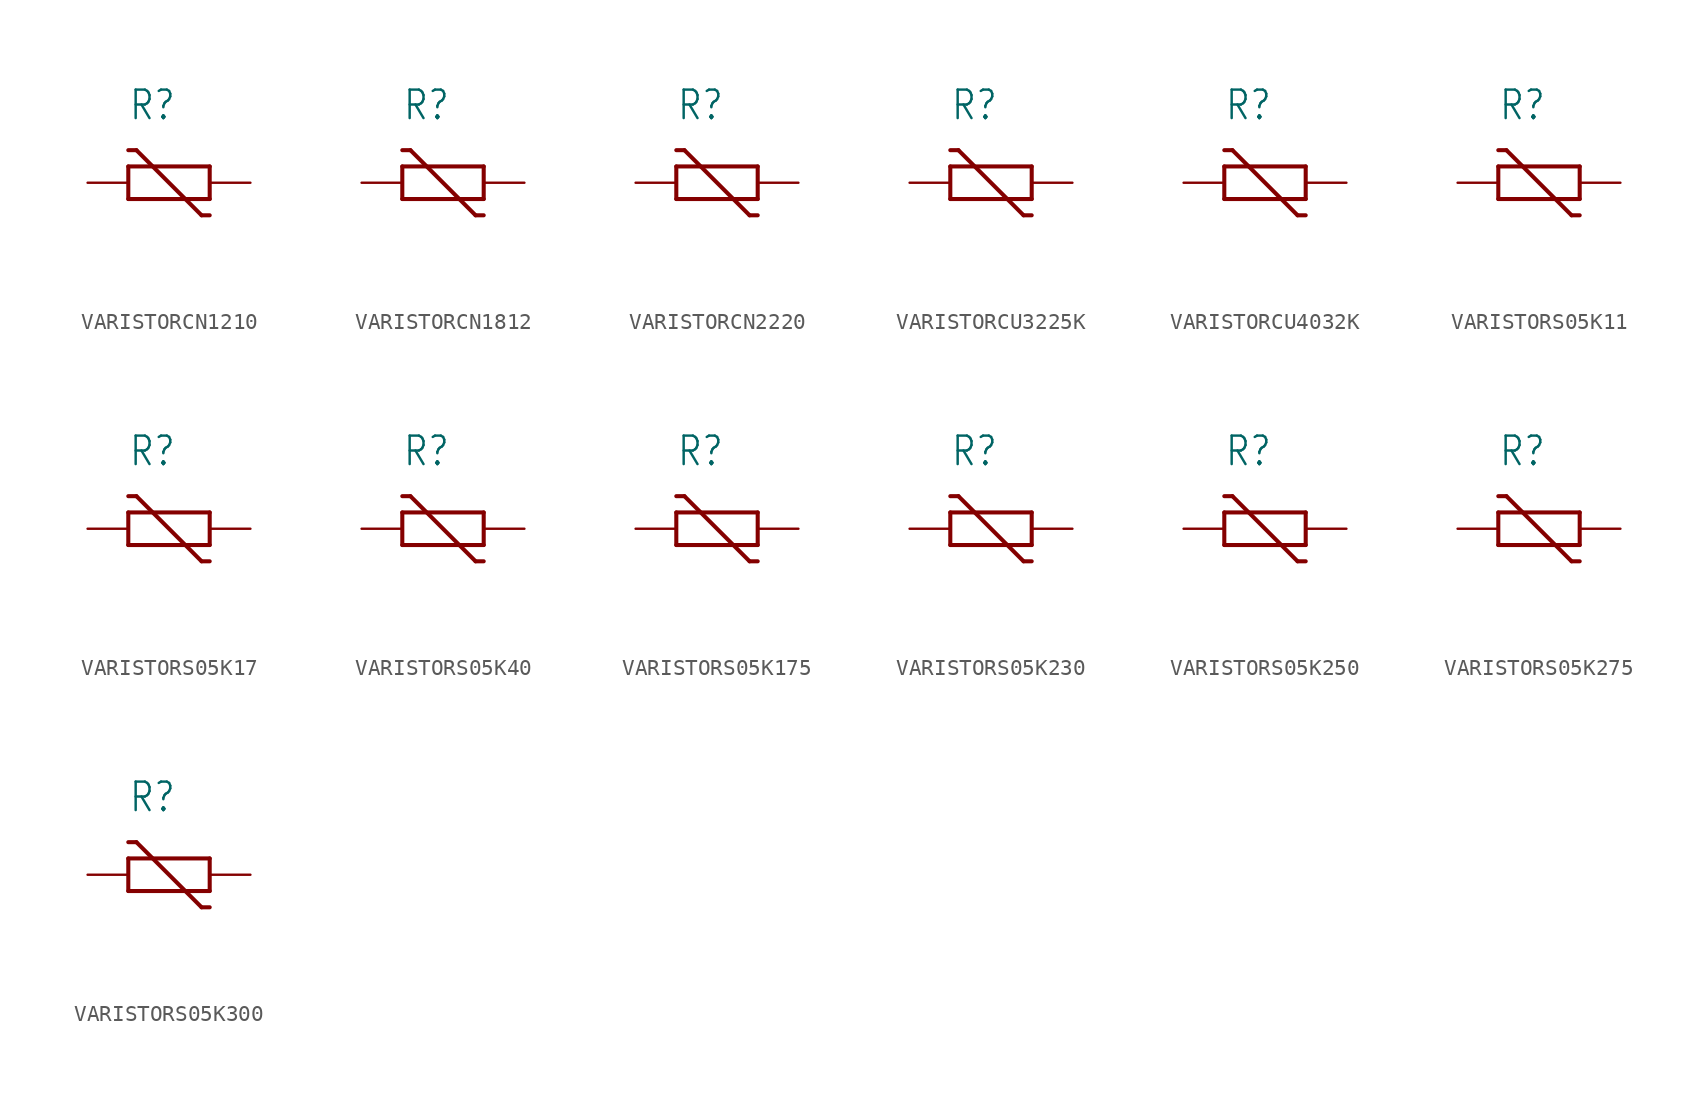
<source format=kicad_sym>
(kicad_symbol_lib
  (version 20241209)
  (generator "kicad_symbol_editor")
  (generator_version "9.0")
  (symbol "VARISTORCN1210"
    (property "Reference" "R"
      (at -2.54 3.81 0)
      (effects (font (size 1.778 1.511)) (justify left bottom)))
    (property "Value" ""
      (at -2.54 -6.35 0)
      (effects (font (size 1.778 1.511)) (justify left bottom)))
    (property "ki_locked" ""
      (at 0 0 0)
      (effects (font (size 1.27 1.27))))
    (symbol "VARISTORCN1210_1_0"
      (polyline (pts (xy -2.54 1.016) (xy 2.54 1.016)) (stroke (width 0.254) (type solid)) (fill (type none)))
      (polyline (pts (xy -2.54 -1.016) (xy -2.54 1.016)) (stroke (width 0.254) (type solid)) (fill (type none)))
      (polyline (pts (xy -2.032 2.032) (xy -2.54 2.032)) (stroke (width 0.254) (type solid)) (fill (type none)))
      (polyline (pts (xy 2.032 -2.032) (xy -2.032 2.032)) (stroke (width 0.254) (type solid)) (fill (type none)))
      (polyline (pts (xy 2.54 1.016) (xy 2.54 -1.016)) (stroke (width 0.254) (type solid)) (fill (type none)))
      (polyline (pts (xy 2.54 -1.016) (xy -2.54 -1.016)) (stroke (width 0.254) (type solid)) (fill (type none)))
      (polyline (pts (xy 2.54 -2.032) (xy 2.032 -2.032)) (stroke (width 0.254) (type solid)) (fill (type none)))
      (pin passive line (at -5.08 0 0) (length 2.54) (name "2" (effects (font (size 0 0)))) (number "2" (effects (font (size 0 0)))))
      (pin passive line (at 5.08 0 180) (length 2.54) (name "1" (effects (font (size 0 0)))) (number "1" (effects (font (size 0 0)))))))
  (symbol "VARISTORCN1812"
    (property "Reference" "R"
      (at -2.54 3.81 0)
      (effects (font (size 1.778 1.511)) (justify left bottom)))
    (property "Value" ""
      (at -2.54 -6.35 0)
      (effects (font (size 1.778 1.511)) (justify left bottom)))
    (property "ki_locked" ""
      (at 0 0 0)
      (effects (font (size 1.27 1.27))))
    (symbol "VARISTORCN1812_1_0"
      (polyline (pts (xy -2.54 1.016) (xy 2.54 1.016)) (stroke (width 0.254) (type solid)) (fill (type none)))
      (polyline (pts (xy -2.54 -1.016) (xy -2.54 1.016)) (stroke (width 0.254) (type solid)) (fill (type none)))
      (polyline (pts (xy -2.032 2.032) (xy -2.54 2.032)) (stroke (width 0.254) (type solid)) (fill (type none)))
      (polyline (pts (xy 2.032 -2.032) (xy -2.032 2.032)) (stroke (width 0.254) (type solid)) (fill (type none)))
      (polyline (pts (xy 2.54 1.016) (xy 2.54 -1.016)) (stroke (width 0.254) (type solid)) (fill (type none)))
      (polyline (pts (xy 2.54 -1.016) (xy -2.54 -1.016)) (stroke (width 0.254) (type solid)) (fill (type none)))
      (polyline (pts (xy 2.54 -2.032) (xy 2.032 -2.032)) (stroke (width 0.254) (type solid)) (fill (type none)))
      (pin passive line (at -5.08 0 0) (length 2.54) (name "2" (effects (font (size 0 0)))) (number "2" (effects (font (size 0 0)))))
      (pin passive line (at 5.08 0 180) (length 2.54) (name "1" (effects (font (size 0 0)))) (number "1" (effects (font (size 0 0)))))))
  (symbol "VARISTORCN2220"
    (property "Reference" "R"
      (at -2.54 3.81 0)
      (effects (font (size 1.778 1.511)) (justify left bottom)))
    (property "Value" ""
      (at -2.54 -6.35 0)
      (effects (font (size 1.778 1.511)) (justify left bottom)))
    (property "ki_locked" ""
      (at 0 0 0)
      (effects (font (size 1.27 1.27))))
    (symbol "VARISTORCN2220_1_0"
      (polyline (pts (xy -2.54 1.016) (xy 2.54 1.016)) (stroke (width 0.254) (type solid)) (fill (type none)))
      (polyline (pts (xy -2.54 -1.016) (xy -2.54 1.016)) (stroke (width 0.254) (type solid)) (fill (type none)))
      (polyline (pts (xy -2.032 2.032) (xy -2.54 2.032)) (stroke (width 0.254) (type solid)) (fill (type none)))
      (polyline (pts (xy 2.032 -2.032) (xy -2.032 2.032)) (stroke (width 0.254) (type solid)) (fill (type none)))
      (polyline (pts (xy 2.54 1.016) (xy 2.54 -1.016)) (stroke (width 0.254) (type solid)) (fill (type none)))
      (polyline (pts (xy 2.54 -1.016) (xy -2.54 -1.016)) (stroke (width 0.254) (type solid)) (fill (type none)))
      (polyline (pts (xy 2.54 -2.032) (xy 2.032 -2.032)) (stroke (width 0.254) (type solid)) (fill (type none)))
      (pin passive line (at -5.08 0 0) (length 2.54) (name "2" (effects (font (size 0 0)))) (number "2" (effects (font (size 0 0)))))
      (pin passive line (at 5.08 0 180) (length 2.54) (name "1" (effects (font (size 0 0)))) (number "1" (effects (font (size 0 0)))))))
  (symbol "VARISTORCU3225K"
    (property "Reference" "R"
      (at -2.54 3.81 0)
      (effects (font (size 1.778 1.511)) (justify left bottom)))
    (property "Value" ""
      (at -2.54 -6.35 0)
      (effects (font (size 1.778 1.511)) (justify left bottom)))
    (property "ki_locked" ""
      (at 0 0 0)
      (effects (font (size 1.27 1.27))))
    (symbol "VARISTORCU3225K_1_0"
      (polyline (pts (xy -2.54 1.016) (xy 2.54 1.016)) (stroke (width 0.254) (type solid)) (fill (type none)))
      (polyline (pts (xy -2.54 -1.016) (xy -2.54 1.016)) (stroke (width 0.254) (type solid)) (fill (type none)))
      (polyline (pts (xy -2.032 2.032) (xy -2.54 2.032)) (stroke (width 0.254) (type solid)) (fill (type none)))
      (polyline (pts (xy 2.032 -2.032) (xy -2.032 2.032)) (stroke (width 0.254) (type solid)) (fill (type none)))
      (polyline (pts (xy 2.54 1.016) (xy 2.54 -1.016)) (stroke (width 0.254) (type solid)) (fill (type none)))
      (polyline (pts (xy 2.54 -1.016) (xy -2.54 -1.016)) (stroke (width 0.254) (type solid)) (fill (type none)))
      (polyline (pts (xy 2.54 -2.032) (xy 2.032 -2.032)) (stroke (width 0.254) (type solid)) (fill (type none)))
      (pin passive line (at -5.08 0 0) (length 2.54) (name "2" (effects (font (size 0 0)))) (number "2" (effects (font (size 0 0)))))
      (pin passive line (at 5.08 0 180) (length 2.54) (name "1" (effects (font (size 0 0)))) (number "1" (effects (font (size 0 0)))))))
  (symbol "VARISTORCU4032K"
    (property "Reference" "R"
      (at -2.54 3.81 0)
      (effects (font (size 1.778 1.511)) (justify left bottom)))
    (property "Value" ""
      (at -2.54 -6.35 0)
      (effects (font (size 1.778 1.511)) (justify left bottom)))
    (property "ki_locked" ""
      (at 0 0 0)
      (effects (font (size 1.27 1.27))))
    (symbol "VARISTORCU4032K_1_0"
      (polyline (pts (xy -2.54 1.016) (xy 2.54 1.016)) (stroke (width 0.254) (type solid)) (fill (type none)))
      (polyline (pts (xy -2.54 -1.016) (xy -2.54 1.016)) (stroke (width 0.254) (type solid)) (fill (type none)))
      (polyline (pts (xy -2.032 2.032) (xy -2.54 2.032)) (stroke (width 0.254) (type solid)) (fill (type none)))
      (polyline (pts (xy 2.032 -2.032) (xy -2.032 2.032)) (stroke (width 0.254) (type solid)) (fill (type none)))
      (polyline (pts (xy 2.54 1.016) (xy 2.54 -1.016)) (stroke (width 0.254) (type solid)) (fill (type none)))
      (polyline (pts (xy 2.54 -1.016) (xy -2.54 -1.016)) (stroke (width 0.254) (type solid)) (fill (type none)))
      (polyline (pts (xy 2.54 -2.032) (xy 2.032 -2.032)) (stroke (width 0.254) (type solid)) (fill (type none)))
      (pin passive line (at -5.08 0 0) (length 2.54) (name "2" (effects (font (size 0 0)))) (number "2" (effects (font (size 0 0)))))
      (pin passive line (at 5.08 0 180) (length 2.54) (name "1" (effects (font (size 0 0)))) (number "1" (effects (font (size 0 0)))))))
  (symbol "VARISTORS05K11"
    (property "Reference" "R"
      (at -2.54 3.81 0)
      (effects (font (size 1.778 1.511)) (justify left bottom)))
    (property "Value" ""
      (at -2.54 -6.35 0)
      (effects (font (size 1.778 1.511)) (justify left bottom)))
    (property "ki_locked" ""
      (at 0 0 0)
      (effects (font (size 1.27 1.27))))
    (symbol "VARISTORS05K11_1_0"
      (polyline (pts (xy -2.54 1.016) (xy 2.54 1.016)) (stroke (width 0.254) (type solid)) (fill (type none)))
      (polyline (pts (xy -2.54 -1.016) (xy -2.54 1.016)) (stroke (width 0.254) (type solid)) (fill (type none)))
      (polyline (pts (xy -2.032 2.032) (xy -2.54 2.032)) (stroke (width 0.254) (type solid)) (fill (type none)))
      (polyline (pts (xy 2.032 -2.032) (xy -2.032 2.032)) (stroke (width 0.254) (type solid)) (fill (type none)))
      (polyline (pts (xy 2.54 1.016) (xy 2.54 -1.016)) (stroke (width 0.254) (type solid)) (fill (type none)))
      (polyline (pts (xy 2.54 -1.016) (xy -2.54 -1.016)) (stroke (width 0.254) (type solid)) (fill (type none)))
      (polyline (pts (xy 2.54 -2.032) (xy 2.032 -2.032)) (stroke (width 0.254) (type solid)) (fill (type none)))
      (pin passive line (at -5.08 0 0) (length 2.54) (name "2" (effects (font (size 0 0)))) (number "2" (effects (font (size 0 0)))))
      (pin passive line (at 5.08 0 180) (length 2.54) (name "1" (effects (font (size 0 0)))) (number "1" (effects (font (size 0 0)))))))
  (symbol "VARISTORS05K17"
    (property "Reference" "R"
      (at -2.54 3.81 0)
      (effects (font (size 1.778 1.511)) (justify left bottom)))
    (property "Value" ""
      (at -2.54 -6.35 0)
      (effects (font (size 1.778 1.511)) (justify left bottom)))
    (property "ki_locked" ""
      (at 0 0 0)
      (effects (font (size 1.27 1.27))))
    (symbol "VARISTORS05K17_1_0"
      (polyline (pts (xy -2.54 1.016) (xy 2.54 1.016)) (stroke (width 0.254) (type solid)) (fill (type none)))
      (polyline (pts (xy -2.54 -1.016) (xy -2.54 1.016)) (stroke (width 0.254) (type solid)) (fill (type none)))
      (polyline (pts (xy -2.032 2.032) (xy -2.54 2.032)) (stroke (width 0.254) (type solid)) (fill (type none)))
      (polyline (pts (xy 2.032 -2.032) (xy -2.032 2.032)) (stroke (width 0.254) (type solid)) (fill (type none)))
      (polyline (pts (xy 2.54 1.016) (xy 2.54 -1.016)) (stroke (width 0.254) (type solid)) (fill (type none)))
      (polyline (pts (xy 2.54 -1.016) (xy -2.54 -1.016)) (stroke (width 0.254) (type solid)) (fill (type none)))
      (polyline (pts (xy 2.54 -2.032) (xy 2.032 -2.032)) (stroke (width 0.254) (type solid)) (fill (type none)))
      (pin passive line (at -5.08 0 0) (length 2.54) (name "2" (effects (font (size 0 0)))) (number "2" (effects (font (size 0 0)))))
      (pin passive line (at 5.08 0 180) (length 2.54) (name "1" (effects (font (size 0 0)))) (number "1" (effects (font (size 0 0)))))))
  (symbol "VARISTORS05K40"
    (property "Reference" "R"
      (at -2.54 3.81 0)
      (effects (font (size 1.778 1.511)) (justify left bottom)))
    (property "Value" ""
      (at -2.54 -6.35 0)
      (effects (font (size 1.778 1.511)) (justify left bottom)))
    (property "ki_locked" ""
      (at 0 0 0)
      (effects (font (size 1.27 1.27))))
    (symbol "VARISTORS05K40_1_0"
      (polyline (pts (xy -2.54 1.016) (xy 2.54 1.016)) (stroke (width 0.254) (type solid)) (fill (type none)))
      (polyline (pts (xy -2.54 -1.016) (xy -2.54 1.016)) (stroke (width 0.254) (type solid)) (fill (type none)))
      (polyline (pts (xy -2.032 2.032) (xy -2.54 2.032)) (stroke (width 0.254) (type solid)) (fill (type none)))
      (polyline (pts (xy 2.032 -2.032) (xy -2.032 2.032)) (stroke (width 0.254) (type solid)) (fill (type none)))
      (polyline (pts (xy 2.54 1.016) (xy 2.54 -1.016)) (stroke (width 0.254) (type solid)) (fill (type none)))
      (polyline (pts (xy 2.54 -1.016) (xy -2.54 -1.016)) (stroke (width 0.254) (type solid)) (fill (type none)))
      (polyline (pts (xy 2.54 -2.032) (xy 2.032 -2.032)) (stroke (width 0.254) (type solid)) (fill (type none)))
      (pin passive line (at -5.08 0 0) (length 2.54) (name "2" (effects (font (size 0 0)))) (number "2" (effects (font (size 0 0)))))
      (pin passive line (at 5.08 0 180) (length 2.54) (name "1" (effects (font (size 0 0)))) (number "1" (effects (font (size 0 0)))))))
  (symbol "VARISTORS05K175"
    (property "Reference" "R"
      (at -2.54 3.81 0)
      (effects (font (size 1.778 1.511)) (justify left bottom)))
    (property "Value" ""
      (at -2.54 -6.35 0)
      (effects (font (size 1.778 1.511)) (justify left bottom)))
    (property "ki_locked" ""
      (at 0 0 0)
      (effects (font (size 1.27 1.27))))
    (symbol "VARISTORS05K175_1_0"
      (polyline (pts (xy -2.54 1.016) (xy 2.54 1.016)) (stroke (width 0.254) (type solid)) (fill (type none)))
      (polyline (pts (xy -2.54 -1.016) (xy -2.54 1.016)) (stroke (width 0.254) (type solid)) (fill (type none)))
      (polyline (pts (xy -2.032 2.032) (xy -2.54 2.032)) (stroke (width 0.254) (type solid)) (fill (type none)))
      (polyline (pts (xy 2.032 -2.032) (xy -2.032 2.032)) (stroke (width 0.254) (type solid)) (fill (type none)))
      (polyline (pts (xy 2.54 1.016) (xy 2.54 -1.016)) (stroke (width 0.254) (type solid)) (fill (type none)))
      (polyline (pts (xy 2.54 -1.016) (xy -2.54 -1.016)) (stroke (width 0.254) (type solid)) (fill (type none)))
      (polyline (pts (xy 2.54 -2.032) (xy 2.032 -2.032)) (stroke (width 0.254) (type solid)) (fill (type none)))
      (pin passive line (at -5.08 0 0) (length 2.54) (name "2" (effects (font (size 0 0)))) (number "2" (effects (font (size 0 0)))))
      (pin passive line (at 5.08 0 180) (length 2.54) (name "1" (effects (font (size 0 0)))) (number "1" (effects (font (size 0 0)))))))
  (symbol "VARISTORS05K230"
    (property "Reference" "R"
      (at -2.54 3.81 0)
      (effects (font (size 1.778 1.511)) (justify left bottom)))
    (property "Value" ""
      (at -2.54 -6.35 0)
      (effects (font (size 1.778 1.511)) (justify left bottom)))
    (property "ki_locked" ""
      (at 0 0 0)
      (effects (font (size 1.27 1.27))))
    (symbol "VARISTORS05K230_1_0"
      (polyline (pts (xy -2.54 1.016) (xy 2.54 1.016)) (stroke (width 0.254) (type solid)) (fill (type none)))
      (polyline (pts (xy -2.54 -1.016) (xy -2.54 1.016)) (stroke (width 0.254) (type solid)) (fill (type none)))
      (polyline (pts (xy -2.032 2.032) (xy -2.54 2.032)) (stroke (width 0.254) (type solid)) (fill (type none)))
      (polyline (pts (xy 2.032 -2.032) (xy -2.032 2.032)) (stroke (width 0.254) (type solid)) (fill (type none)))
      (polyline (pts (xy 2.54 1.016) (xy 2.54 -1.016)) (stroke (width 0.254) (type solid)) (fill (type none)))
      (polyline (pts (xy 2.54 -1.016) (xy -2.54 -1.016)) (stroke (width 0.254) (type solid)) (fill (type none)))
      (polyline (pts (xy 2.54 -2.032) (xy 2.032 -2.032)) (stroke (width 0.254) (type solid)) (fill (type none)))
      (pin passive line (at -5.08 0 0) (length 2.54) (name "2" (effects (font (size 0 0)))) (number "2" (effects (font (size 0 0)))))
      (pin passive line (at 5.08 0 180) (length 2.54) (name "1" (effects (font (size 0 0)))) (number "1" (effects (font (size 0 0)))))))
  (symbol "VARISTORS05K250"
    (property "Reference" "R"
      (at -2.54 3.81 0)
      (effects (font (size 1.778 1.511)) (justify left bottom)))
    (property "Value" ""
      (at -2.54 -6.35 0)
      (effects (font (size 1.778 1.511)) (justify left bottom)))
    (property "ki_locked" ""
      (at 0 0 0)
      (effects (font (size 1.27 1.27))))
    (symbol "VARISTORS05K250_1_0"
      (polyline (pts (xy -2.54 1.016) (xy 2.54 1.016)) (stroke (width 0.254) (type solid)) (fill (type none)))
      (polyline (pts (xy -2.54 -1.016) (xy -2.54 1.016)) (stroke (width 0.254) (type solid)) (fill (type none)))
      (polyline (pts (xy -2.032 2.032) (xy -2.54 2.032)) (stroke (width 0.254) (type solid)) (fill (type none)))
      (polyline (pts (xy 2.032 -2.032) (xy -2.032 2.032)) (stroke (width 0.254) (type solid)) (fill (type none)))
      (polyline (pts (xy 2.54 1.016) (xy 2.54 -1.016)) (stroke (width 0.254) (type solid)) (fill (type none)))
      (polyline (pts (xy 2.54 -1.016) (xy -2.54 -1.016)) (stroke (width 0.254) (type solid)) (fill (type none)))
      (polyline (pts (xy 2.54 -2.032) (xy 2.032 -2.032)) (stroke (width 0.254) (type solid)) (fill (type none)))
      (pin passive line (at -5.08 0 0) (length 2.54) (name "2" (effects (font (size 0 0)))) (number "2" (effects (font (size 0 0)))))
      (pin passive line (at 5.08 0 180) (length 2.54) (name "1" (effects (font (size 0 0)))) (number "1" (effects (font (size 0 0)))))))
  (symbol "VARISTORS05K275"
    (property "Reference" "R"
      (at -2.54 3.81 0)
      (effects (font (size 1.778 1.511)) (justify left bottom)))
    (property "Value" ""
      (at -2.54 -6.35 0)
      (effects (font (size 1.778 1.511)) (justify left bottom)))
    (property "ki_locked" ""
      (at 0 0 0)
      (effects (font (size 1.27 1.27))))
    (symbol "VARISTORS05K275_1_0"
      (polyline (pts (xy -2.54 1.016) (xy 2.54 1.016)) (stroke (width 0.254) (type solid)) (fill (type none)))
      (polyline (pts (xy -2.54 -1.016) (xy -2.54 1.016)) (stroke (width 0.254) (type solid)) (fill (type none)))
      (polyline (pts (xy -2.032 2.032) (xy -2.54 2.032)) (stroke (width 0.254) (type solid)) (fill (type none)))
      (polyline (pts (xy 2.032 -2.032) (xy -2.032 2.032)) (stroke (width 0.254) (type solid)) (fill (type none)))
      (polyline (pts (xy 2.54 1.016) (xy 2.54 -1.016)) (stroke (width 0.254) (type solid)) (fill (type none)))
      (polyline (pts (xy 2.54 -1.016) (xy -2.54 -1.016)) (stroke (width 0.254) (type solid)) (fill (type none)))
      (polyline (pts (xy 2.54 -2.032) (xy 2.032 -2.032)) (stroke (width 0.254) (type solid)) (fill (type none)))
      (pin passive line (at -5.08 0 0) (length 2.54) (name "2" (effects (font (size 0 0)))) (number "2" (effects (font (size 0 0)))))
      (pin passive line (at 5.08 0 180) (length 2.54) (name "1" (effects (font (size 0 0)))) (number "1" (effects (font (size 0 0)))))))
  (symbol "VARISTORS05K300"
    (property "Reference" "R"
      (at -2.54 3.81 0)
      (effects (font (size 1.778 1.511)) (justify left bottom)))
    (property "Value" ""
      (at -2.54 -6.35 0)
      (effects (font (size 1.778 1.511)) (justify left bottom)))
    (property "ki_locked" ""
      (at 0 0 0)
      (effects (font (size 1.27 1.27))))
    (symbol "VARISTORS05K300_1_0"
      (polyline (pts (xy -2.54 1.016) (xy 2.54 1.016)) (stroke (width 0.254) (type solid)) (fill (type none)))
      (polyline (pts (xy -2.54 -1.016) (xy -2.54 1.016)) (stroke (width 0.254) (type solid)) (fill (type none)))
      (polyline (pts (xy -2.032 2.032) (xy -2.54 2.032)) (stroke (width 0.254) (type solid)) (fill (type none)))
      (polyline (pts (xy 2.032 -2.032) (xy -2.032 2.032)) (stroke (width 0.254) (type solid)) (fill (type none)))
      (polyline (pts (xy 2.54 1.016) (xy 2.54 -1.016)) (stroke (width 0.254) (type solid)) (fill (type none)))
      (polyline (pts (xy 2.54 -1.016) (xy -2.54 -1.016)) (stroke (width 0.254) (type solid)) (fill (type none)))
      (polyline (pts (xy 2.54 -2.032) (xy 2.032 -2.032)) (stroke (width 0.254) (type solid)) (fill (type none)))
      (pin passive line (at -5.08 0 0) (length 2.54) (name "2" (effects (font (size 0 0)))) (number "2" (effects (font (size 0 0)))))
      (pin passive line (at 5.08 0 180) (length 2.54) (name "1" (effects (font (size 0 0)))) (number "1" (effects (font (size 0 0))))))))
</source>
